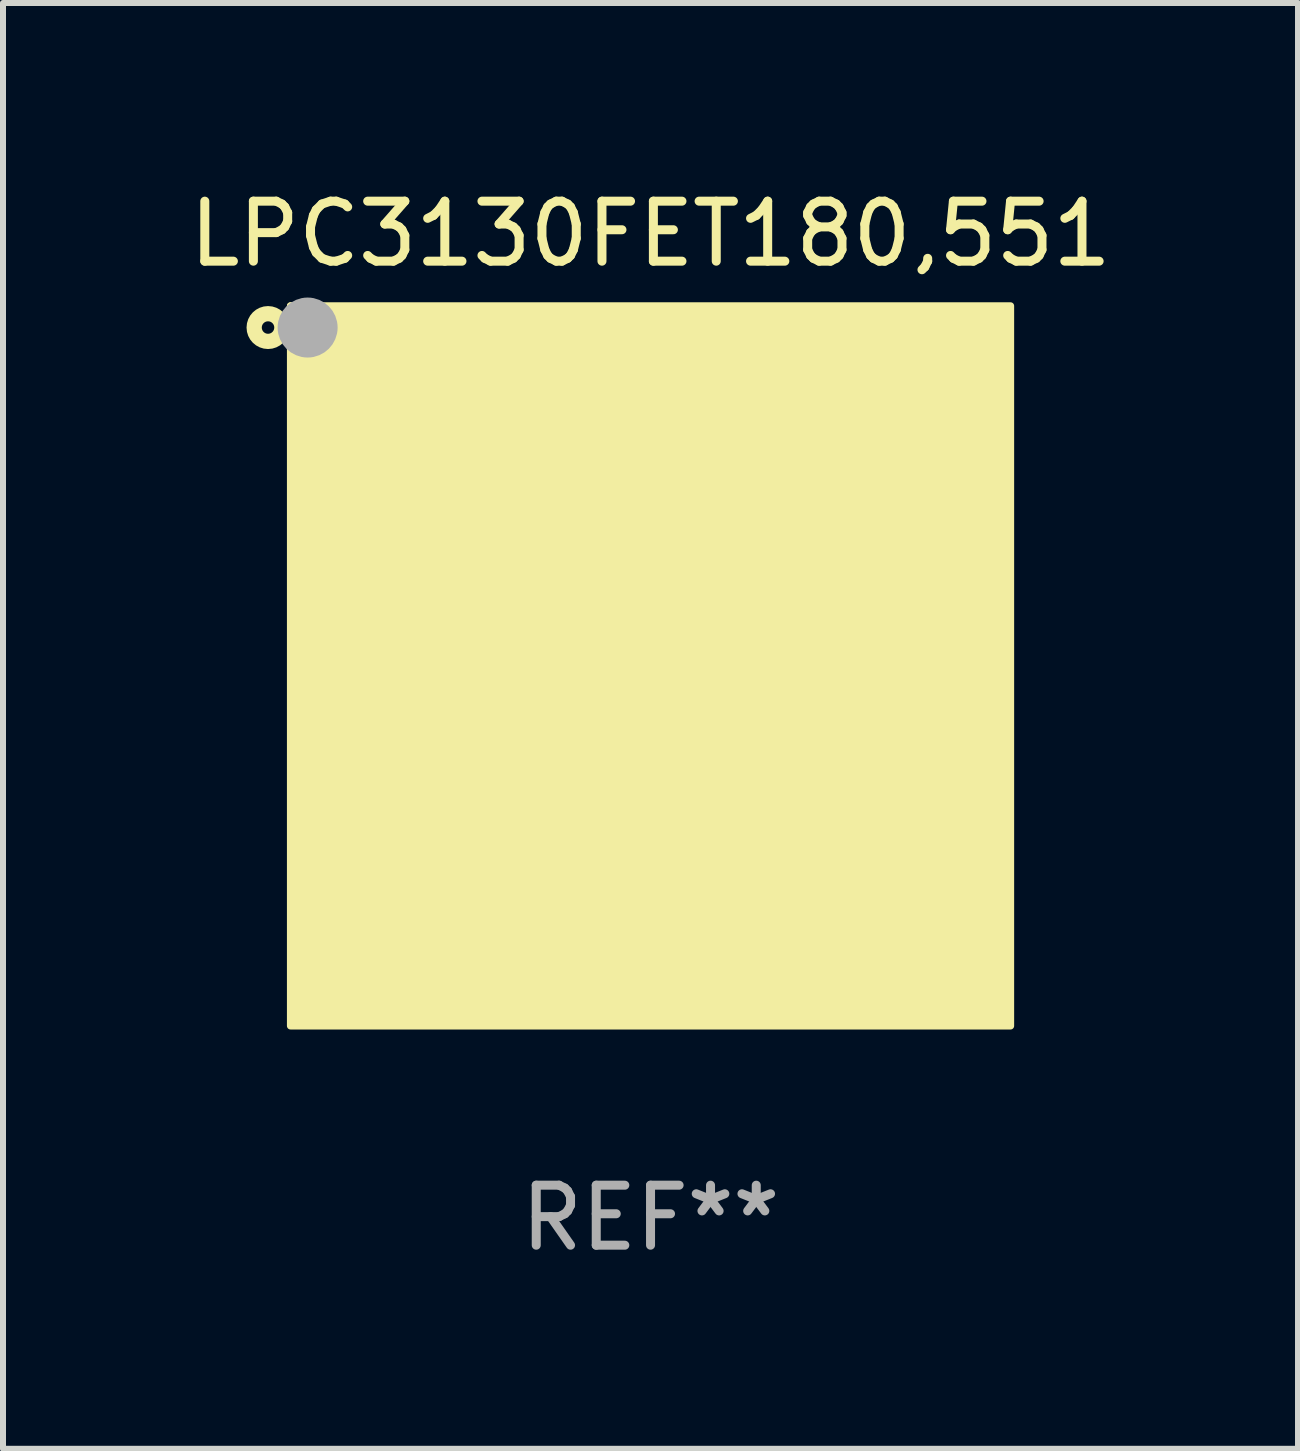
<source format=kicad_pcb>
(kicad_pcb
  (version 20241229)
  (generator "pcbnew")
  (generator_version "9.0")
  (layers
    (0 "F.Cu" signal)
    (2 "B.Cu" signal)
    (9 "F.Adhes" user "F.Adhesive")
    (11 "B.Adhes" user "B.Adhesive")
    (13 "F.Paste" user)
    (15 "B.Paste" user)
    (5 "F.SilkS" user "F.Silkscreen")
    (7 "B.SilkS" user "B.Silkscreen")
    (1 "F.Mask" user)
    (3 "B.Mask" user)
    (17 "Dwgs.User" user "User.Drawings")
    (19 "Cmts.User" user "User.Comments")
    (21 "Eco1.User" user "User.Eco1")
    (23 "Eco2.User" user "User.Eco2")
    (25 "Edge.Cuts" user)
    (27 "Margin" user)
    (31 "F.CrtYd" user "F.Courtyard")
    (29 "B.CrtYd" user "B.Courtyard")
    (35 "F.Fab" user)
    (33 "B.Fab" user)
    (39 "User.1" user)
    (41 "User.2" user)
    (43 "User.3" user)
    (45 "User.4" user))
  (footprint "LPC3130FET180,551"
    (layer "F.Cu")
    (at 7.792 8.048)
    (property "Reference" "LPC3130FET180,551" (at 0 -7.2 0) (layer "F.SilkS") (effects (font (size 1 1) (thickness 0.15))))
    (attr through_hole)
    (fp_circle (center -6.375 -5.639) (end -6.271 -5.639) (stroke (width 0.254) (type solid)) (fill no) (layer "F.SilkS"))
    (fp_circle (center -6 -6) (end -5.97 -6) (stroke (width 0.06) (type solid)) (fill no) (layer "F.SilkS"))
    (fp_poly (pts (xy -6 -6) (xy 6 -6) (xy 6 6) (xy -6 6)) (stroke (width 0.12) (type solid)) (fill yes) (layer "F.SilkS"))
    (fp_circle (center -5.715 -5.639) (end -5.465 -5.639) (stroke (width 0.5) (type solid)) (fill no) (layer "F.Fab"))
    (fp_text user "REF**" (at 0 9.2 0) (layer "F.Fab") (effects (font (size 1 1) (thickness 0.15))))
    (pad "A1" smd circle (at -5.2 -5.2) (size 0.5 0.5) (layers "F.Cu" "F.Mask" "F.Paste"))
    (pad "A2" smd circle (at -4.4 -5.2) (size 0.5 0.5) (layers "F.Cu" "F.Mask" "F.Paste"))
    (pad "A3" smd circle (at -3.6 -5.2) (size 0.5 0.5) (layers "F.Cu" "F.Mask" "F.Paste"))
    (pad "A4" smd circle (at -2.8 -5.2) (size 0.5 0.5) (layers "F.Cu" "F.Mask" "F.Paste"))
    (pad "A5" smd circle (at -2 -5.2) (size 0.5 0.5) (layers "F.Cu" "F.Mask" "F.Paste"))
    (pad "A6" smd circle (at -1.2 -5.2) (size 0.5 0.5) (layers "F.Cu" "F.Mask" "F.Paste"))
    (pad "A7" smd circle (at -0.4 -5.2) (size 0.5 0.5) (layers "F.Cu" "F.Mask" "F.Paste"))
    (pad "A8" smd circle (at 0.4 -5.2) (size 0.5 0.5) (layers "F.Cu" "F.Mask" "F.Paste"))
    (pad "A9" smd circle (at 1.2 -5.2) (size 0.5 0.5) (layers "F.Cu" "F.Mask" "F.Paste"))
    (pad "A10" smd circle (at 2 -5.2) (size 0.5 0.5) (layers "F.Cu" "F.Mask" "F.Paste"))
    (pad "A11" smd circle (at 2.8 -5.2) (size 0.5 0.5) (layers "F.Cu" "F.Mask" "F.Paste"))
    (pad "A12" smd circle (at 3.6 -5.2) (size 0.5 0.5) (layers "F.Cu" "F.Mask" "F.Paste"))
    (pad "A13" smd circle (at 4.4 -5.2) (size 0.5 0.5) (layers "F.Cu" "F.Mask" "F.Paste"))
    (pad "A14" smd circle (at 5.2 -5.2) (size 0.5 0.5) (layers "F.Cu" "F.Mask" "F.Paste"))
    (pad "B1" smd circle (at -5.2 -4.4) (size 0.5 0.5) (layers "F.Cu" "F.Mask" "F.Paste"))
    (pad "B2" smd circle (at -4.4 -4.4) (size 0.5 0.5) (layers "F.Cu" "F.Mask" "F.Paste"))
    (pad "B3" smd circle (at -3.6 -4.4) (size 0.5 0.5) (layers "F.Cu" "F.Mask" "F.Paste"))
    (pad "B4" smd circle (at -2.8 -4.4) (size 0.5 0.5) (layers "F.Cu" "F.Mask" "F.Paste"))
    (pad "B5" smd circle (at -2 -4.4) (size 0.5 0.5) (layers "F.Cu" "F.Mask" "F.Paste"))
    (pad "B6" smd circle (at -1.2 -4.4) (size 0.5 0.5) (layers "F.Cu" "F.Mask" "F.Paste"))
    (pad "B7" smd circle (at -0.4 -4.4) (size 0.5 0.5) (layers "F.Cu" "F.Mask" "F.Paste"))
    (pad "B8" smd circle (at 0.4 -4.4) (size 0.5 0.5) (layers "F.Cu" "F.Mask" "F.Paste"))
    (pad "B9" smd circle (at 1.2 -4.4) (size 0.5 0.5) (layers "F.Cu" "F.Mask" "F.Paste"))
    (pad "B10" smd circle (at 2 -4.4) (size 0.5 0.5) (layers "F.Cu" "F.Mask" "F.Paste"))
    (pad "B11" smd circle (at 2.8 -4.4) (size 0.5 0.5) (layers "F.Cu" "F.Mask" "F.Paste"))
    (pad "B12" smd circle (at 3.6 -4.4) (size 0.5 0.5) (layers "F.Cu" "F.Mask" "F.Paste"))
    (pad "B13" smd circle (at 4.4 -4.4) (size 0.5 0.5) (layers "F.Cu" "F.Mask" "F.Paste"))
    (pad "B14" smd circle (at 5.2 -4.4) (size 0.5 0.5) (layers "F.Cu" "F.Mask" "F.Paste"))
    (pad "C1" smd circle (at -5.2 -3.6) (size 0.5 0.5) (layers "F.Cu" "F.Mask" "F.Paste"))
    (pad "C2" smd circle (at -4.4 -3.6) (size 0.5 0.5) (layers "F.Cu" "F.Mask" "F.Paste"))
    (pad "C3" smd circle (at -3.6 -3.6) (size 0.5 0.5) (layers "F.Cu" "F.Mask" "F.Paste"))
    (pad "C4" smd circle (at -2.8 -3.6) (size 0.5 0.5) (layers "F.Cu" "F.Mask" "F.Paste"))
    (pad "C5" smd circle (at -2 -3.6) (size 0.5 0.5) (layers "F.Cu" "F.Mask" "F.Paste"))
    (pad "C6" smd circle (at -1.2 -3.6) (size 0.5 0.5) (layers "F.Cu" "F.Mask" "F.Paste"))
    (pad "C7" smd circle (at -0.4 -3.6) (size 0.5 0.5) (layers "F.Cu" "F.Mask" "F.Paste"))
    (pad "C8" smd circle (at 0.4 -3.6) (size 0.5 0.5) (layers "F.Cu" "F.Mask" "F.Paste"))
    (pad "C9" smd circle (at 1.2 -3.6) (size 0.5 0.5) (layers "F.Cu" "F.Mask" "F.Paste"))
    (pad "C10" smd circle (at 2 -3.6) (size 0.5 0.5) (layers "F.Cu" "F.Mask" "F.Paste"))
    (pad "C11" smd circle (at 2.8 -3.6) (size 0.5 0.5) (layers "F.Cu" "F.Mask" "F.Paste"))
    (pad "C12" smd circle (at 3.6 -3.6) (size 0.5 0.5) (layers "F.Cu" "F.Mask" "F.Paste"))
    (pad "C13" smd circle (at 4.4 -3.6) (size 0.5 0.5) (layers "F.Cu" "F.Mask" "F.Paste"))
    (pad "C14" smd circle (at 5.2 -3.6) (size 0.5 0.5) (layers "F.Cu" "F.Mask" "F.Paste"))
    (pad "D1" smd circle (at -5.2 -2.8) (size 0.5 0.5) (layers "F.Cu" "F.Mask" "F.Paste"))
    (pad "D2" smd circle (at -4.4 -2.8) (size 0.5 0.5) (layers "F.Cu" "F.Mask" "F.Paste"))
    (pad "D3" smd circle (at -3.6 -2.8) (size 0.5 0.5) (layers "F.Cu" "F.Mask" "F.Paste"))
    (pad "D4" smd circle (at -2.8 -2.8) (size 0.5 0.5) (layers "F.Cu" "F.Mask" "F.Paste"))
    (pad "D5" smd circle (at -2 -2.8) (size 0.5 0.5) (layers "F.Cu" "F.Mask" "F.Paste"))
    (pad "D6" smd circle (at -1.2 -2.8) (size 0.5 0.5) (layers "F.Cu" "F.Mask" "F.Paste"))
    (pad "D7" smd circle (at -0.4 -2.8) (size 0.5 0.5) (layers "F.Cu" "F.Mask" "F.Paste"))
    (pad "D8" smd circle (at 0.4 -2.8) (size 0.5 0.5) (layers "F.Cu" "F.Mask" "F.Paste"))
    (pad "D9" smd circle (at 1.2 -2.8) (size 0.5 0.5) (layers "F.Cu" "F.Mask" "F.Paste"))
    (pad "D10" smd circle (at 2 -2.8) (size 0.5 0.5) (layers "F.Cu" "F.Mask" "F.Paste"))
    (pad "D11" smd circle (at 2.8 -2.8) (size 0.5 0.5) (layers "F.Cu" "F.Mask" "F.Paste"))
    (pad "D12" smd circle (at 3.6 -2.8) (size 0.5 0.5) (layers "F.Cu" "F.Mask" "F.Paste"))
    (pad "D13" smd circle (at 4.4 -2.8) (size 0.5 0.5) (layers "F.Cu" "F.Mask" "F.Paste"))
    (pad "D14" smd circle (at 5.2 -2.8) (size 0.5 0.5) (layers "F.Cu" "F.Mask" "F.Paste"))
    (pad "E1" smd circle (at -5.2 -2) (size 0.5 0.5) (layers "F.Cu" "F.Mask" "F.Paste"))
    (pad "E2" smd circle (at -4.4 -2) (size 0.5 0.5) (layers "F.Cu" "F.Mask" "F.Paste"))
    (pad "E3" smd circle (at -3.6 -2) (size 0.5 0.5) (layers "F.Cu" "F.Mask" "F.Paste"))
    (pad "E4" smd circle (at -2.8 -2) (size 0.5 0.5) (layers "F.Cu" "F.Mask" "F.Paste"))
    (pad "E5" smd circle (at -2 -2) (size 0.5 0.5) (layers "F.Cu" "F.Mask" "F.Paste"))
    (pad "E6" smd circle (at -1.2 -2) (size 0.5 0.5) (layers "F.Cu" "F.Mask" "F.Paste"))
    (pad "E7" smd circle (at -0.4 -2) (size 0.5 0.5) (layers "F.Cu" "F.Mask" "F.Paste"))
    (pad "E8" smd circle (at 0.4 -2) (size 0.5 0.5) (layers "F.Cu" "F.Mask" "F.Paste"))
    (pad "E9" smd circle (at 1.2 -2) (size 0.5 0.5) (layers "F.Cu" "F.Mask" "F.Paste"))
    (pad "E10" smd circle (at 2 -2) (size 0.5 0.5) (layers "F.Cu" "F.Mask" "F.Paste"))
    (pad "E11" smd circle (at 2.8 -2) (size 0.5 0.5) (layers "F.Cu" "F.Mask" "F.Paste"))
    (pad "E12" smd circle (at 3.6 -2) (size 0.5 0.5) (layers "F.Cu" "F.Mask" "F.Paste"))
    (pad "E13" smd circle (at 4.4 -2) (size 0.5 0.5) (layers "F.Cu" "F.Mask" "F.Paste"))
    (pad "E14" smd circle (at 5.2 -2) (size 0.5 0.5) (layers "F.Cu" "F.Mask" "F.Paste"))
    (pad "F1" smd circle (at -5.2 -1.2) (size 0.5 0.5) (layers "F.Cu" "F.Mask" "F.Paste"))
    (pad "F2" smd circle (at -4.4 -1.2) (size 0.5 0.5) (layers "F.Cu" "F.Mask" "F.Paste"))
    (pad "F3" smd circle (at -3.6 -1.2) (size 0.5 0.5) (layers "F.Cu" "F.Mask" "F.Paste"))
    (pad "F4" smd circle (at -2.8 -1.2) (size 0.5 0.5) (layers "F.Cu" "F.Mask" "F.Paste"))
    (pad "F5" smd circle (at -2 -1.2) (size 0.5 0.5) (layers "F.Cu" "F.Mask" "F.Paste"))
    (pad "F10" smd circle (at 2 -1.2) (size 0.5 0.5) (layers "F.Cu" "F.Mask" "F.Paste"))
    (pad "F11" smd circle (at 2.8 -1.2) (size 0.5 0.5) (layers "F.Cu" "F.Mask" "F.Paste"))
    (pad "F12" smd circle (at 3.6 -1.2) (size 0.5 0.5) (layers "F.Cu" "F.Mask" "F.Paste"))
    (pad "F13" smd circle (at 4.4 -1.2) (size 0.5 0.5) (layers "F.Cu" "F.Mask" "F.Paste"))
    (pad "F14" smd circle (at 5.2 -1.2) (size 0.5 0.5) (layers "F.Cu" "F.Mask" "F.Paste"))
    (pad "G1" smd circle (at -5.2 -0.4) (size 0.5 0.5) (layers "F.Cu" "F.Mask" "F.Paste"))
    (pad "G2" smd circle (at -4.4 -0.4) (size 0.5 0.5) (layers "F.Cu" "F.Mask" "F.Paste"))
    (pad "G3" smd circle (at -3.6 -0.4) (size 0.5 0.5) (layers "F.Cu" "F.Mask" "F.Paste"))
    (pad "G4" smd circle (at -2.8 -0.4) (size 0.5 0.5) (layers "F.Cu" "F.Mask" "F.Paste"))
    (pad "G5" smd circle (at -2 -0.4) (size 0.5 0.5) (layers "F.Cu" "F.Mask" "F.Paste"))
    (pad "G10" smd circle (at 2 -0.4) (size 0.5 0.5) (layers "F.Cu" "F.Mask" "F.Paste"))
    (pad "G11" smd circle (at 2.8 -0.4) (size 0.5 0.5) (layers "F.Cu" "F.Mask" "F.Paste"))
    (pad "G12" smd circle (at 3.6 -0.4) (size 0.5 0.5) (layers "F.Cu" "F.Mask" "F.Paste"))
    (pad "G13" smd circle (at 4.4 -0.4) (size 0.5 0.5) (layers "F.Cu" "F.Mask" "F.Paste"))
    (pad "G14" smd circle (at 5.2 -0.4) (size 0.5 0.5) (layers "F.Cu" "F.Mask" "F.Paste"))
    (pad "H1" smd circle (at -5.2 0.4) (size 0.5 0.5) (layers "F.Cu" "F.Mask" "F.Paste"))
    (pad "H2" smd circle (at -4.4 0.4) (size 0.5 0.5) (layers "F.Cu" "F.Mask" "F.Paste"))
    (pad "H3" smd circle (at -3.6 0.4) (size 0.5 0.5) (layers "F.Cu" "F.Mask" "F.Paste"))
    (pad "H4" smd circle (at -2.8 0.4) (size 0.5 0.5) (layers "F.Cu" "F.Mask" "F.Paste"))
    (pad "H5" smd circle (at -2 0.4) (size 0.5 0.5) (layers "F.Cu" "F.Mask" "F.Paste"))
    (pad "H10" smd circle (at 2 0.4) (size 0.5 0.5) (layers "F.Cu" "F.Mask" "F.Paste"))
    (pad "H11" smd circle (at 2.8 0.4) (size 0.5 0.5) (layers "F.Cu" "F.Mask" "F.Paste"))
    (pad "H12" smd circle (at 3.6 0.4) (size 0.5 0.5) (layers "F.Cu" "F.Mask" "F.Paste"))
    (pad "H13" smd circle (at 4.4 0.4) (size 0.5 0.5) (layers "F.Cu" "F.Mask" "F.Paste"))
    (pad "H14" smd circle (at 5.2 0.4) (size 0.5 0.5) (layers "F.Cu" "F.Mask" "F.Paste"))
    (pad "J1" smd circle (at -5.2 1.2) (size 0.5 0.5) (layers "F.Cu" "F.Mask" "F.Paste"))
    (pad "J2" smd circle (at -4.4 1.2) (size 0.5 0.5) (layers "F.Cu" "F.Mask" "F.Paste"))
    (pad "J3" smd circle (at -3.6 1.2) (size 0.5 0.5) (layers "F.Cu" "F.Mask" "F.Paste"))
    (pad "J4" smd circle (at -2.8 1.2) (size 0.5 0.5) (layers "F.Cu" "F.Mask" "F.Paste"))
    (pad "J5" smd circle (at -2 1.2) (size 0.5 0.5) (layers "F.Cu" "F.Mask" "F.Paste"))
    (pad "J10" smd circle (at 2 1.2) (size 0.5 0.5) (layers "F.Cu" "F.Mask" "F.Paste"))
    (pad "J11" smd circle (at 2.8 1.2) (size 0.5 0.5) (layers "F.Cu" "F.Mask" "F.Paste"))
    (pad "J12" smd circle (at 3.6 1.2) (size 0.5 0.5) (layers "F.Cu" "F.Mask" "F.Paste"))
    (pad "J13" smd circle (at 4.4 1.2) (size 0.5 0.5) (layers "F.Cu" "F.Mask" "F.Paste"))
    (pad "J14" smd circle (at 5.2 1.2) (size 0.5 0.5) (layers "F.Cu" "F.Mask" "F.Paste"))
    (pad "K1" smd circle (at -5.2 2) (size 0.5 0.5) (layers "F.Cu" "F.Mask" "F.Paste"))
    (pad "K2" smd circle (at -4.4 2) (size 0.5 0.5) (layers "F.Cu" "F.Mask" "F.Paste"))
    (pad "K3" smd circle (at -3.6 2) (size 0.5 0.5) (layers "F.Cu" "F.Mask" "F.Paste"))
    (pad "K4" smd circle (at -2.8 2) (size 0.5 0.5) (layers "F.Cu" "F.Mask" "F.Paste"))
    (pad "K5" smd circle (at -2 2) (size 0.5 0.5) (layers "F.Cu" "F.Mask" "F.Paste"))
    (pad "K6" smd circle (at -1.2 2) (size 0.5 0.5) (layers "F.Cu" "F.Mask" "F.Paste"))
    (pad "K7" smd circle (at -0.4 2) (size 0.5 0.5) (layers "F.Cu" "F.Mask" "F.Paste"))
    (pad "K8" smd circle (at 0.4 2) (size 0.5 0.5) (layers "F.Cu" "F.Mask" "F.Paste"))
    (pad "K9" smd circle (at 1.2 2) (size 0.5 0.5) (layers "F.Cu" "F.Mask" "F.Paste"))
    (pad "K10" smd circle (at 2 2) (size 0.5 0.5) (layers "F.Cu" "F.Mask" "F.Paste"))
    (pad "K11" smd circle (at 2.8 2) (size 0.5 0.5) (layers "F.Cu" "F.Mask" "F.Paste"))
    (pad "K12" smd circle (at 3.6 2) (size 0.5 0.5) (layers "F.Cu" "F.Mask" "F.Paste"))
    (pad "K13" smd circle (at 4.4 2) (size 0.5 0.5) (layers "F.Cu" "F.Mask" "F.Paste"))
    (pad "K14" smd circle (at 5.2 2) (size 0.5 0.5) (layers "F.Cu" "F.Mask" "F.Paste"))
    (pad "L1" smd circle (at -5.2 2.8) (size 0.5 0.5) (layers "F.Cu" "F.Mask" "F.Paste"))
    (pad "L2" smd circle (at -4.4 2.8) (size 0.5 0.5) (layers "F.Cu" "F.Mask" "F.Paste"))
    (pad "L3" smd circle (at -3.6 2.8) (size 0.5 0.5) (layers "F.Cu" "F.Mask" "F.Paste"))
    (pad "L4" smd circle (at -2.8 2.8) (size 0.5 0.5) (layers "F.Cu" "F.Mask" "F.Paste"))
    (pad "L5" smd circle (at -2 2.8) (size 0.5 0.5) (layers "F.Cu" "F.Mask" "F.Paste"))
    (pad "L6" smd circle (at -1.2 2.8) (size 0.5 0.5) (layers "F.Cu" "F.Mask" "F.Paste"))
    (pad "L7" smd circle (at -0.4 2.8) (size 0.5 0.5) (layers "F.Cu" "F.Mask" "F.Paste"))
    (pad "L8" smd circle (at 0.4 2.8) (size 0.5 0.5) (layers "F.Cu" "F.Mask" "F.Paste"))
    (pad "L9" smd circle (at 1.2 2.8) (size 0.5 0.5) (layers "F.Cu" "F.Mask" "F.Paste"))
    (pad "L10" smd circle (at 2 2.8) (size 0.5 0.5) (layers "F.Cu" "F.Mask" "F.Paste"))
    (pad "L11" smd circle (at 2.8 2.8) (size 0.5 0.5) (layers "F.Cu" "F.Mask" "F.Paste"))
    (pad "L12" smd circle (at 3.6 2.8) (size 0.5 0.5) (layers "F.Cu" "F.Mask" "F.Paste"))
    (pad "L13" smd circle (at 4.4 2.8) (size 0.5 0.5) (layers "F.Cu" "F.Mask" "F.Paste"))
    (pad "L14" smd circle (at 5.2 2.8) (size 0.5 0.5) (layers "F.Cu" "F.Mask" "F.Paste"))
    (pad "M1" smd circle (at -5.2 3.6) (size 0.5 0.5) (layers "F.Cu" "F.Mask" "F.Paste"))
    (pad "M2" smd circle (at -4.4 3.6) (size 0.5 0.5) (layers "F.Cu" "F.Mask" "F.Paste"))
    (pad "M3" smd circle (at -3.6 3.6) (size 0.5 0.5) (layers "F.Cu" "F.Mask" "F.Paste"))
    (pad "M4" smd circle (at -2.8 3.6) (size 0.5 0.5) (layers "F.Cu" "F.Mask" "F.Paste"))
    (pad "M5" smd circle (at -2 3.6) (size 0.5 0.5) (layers "F.Cu" "F.Mask" "F.Paste"))
    (pad "M6" smd circle (at -1.2 3.6) (size 0.5 0.5) (layers "F.Cu" "F.Mask" "F.Paste"))
    (pad "M7" smd circle (at -0.4 3.6) (size 0.5 0.5) (layers "F.Cu" "F.Mask" "F.Paste"))
    (pad "M8" smd circle (at 0.4 3.6) (size 0.5 0.5) (layers "F.Cu" "F.Mask" "F.Paste"))
    (pad "M9" smd circle (at 1.2 3.6) (size 0.5 0.5) (layers "F.Cu" "F.Mask" "F.Paste"))
    (pad "M10" smd circle (at 2 3.6) (size 0.5 0.5) (layers "F.Cu" "F.Mask" "F.Paste"))
    (pad "M11" smd circle (at 2.8 3.6) (size 0.5 0.5) (layers "F.Cu" "F.Mask" "F.Paste"))
    (pad "M12" smd circle (at 3.6 3.6) (size 0.5 0.5) (layers "F.Cu" "F.Mask" "F.Paste"))
    (pad "M13" smd circle (at 4.4 3.6) (size 0.5 0.5) (layers "F.Cu" "F.Mask" "F.Paste"))
    (pad "M14" smd circle (at 5.2 3.6) (size 0.5 0.5) (layers "F.Cu" "F.Mask" "F.Paste"))
    (pad "N1" smd circle (at -5.2 4.4) (size 0.5 0.5) (layers "F.Cu" "F.Mask" "F.Paste"))
    (pad "N2" smd circle (at -4.4 4.4) (size 0.5 0.5) (layers "F.Cu" "F.Mask" "F.Paste"))
    (pad "N3" smd circle (at -3.6 4.4) (size 0.5 0.5) (layers "F.Cu" "F.Mask" "F.Paste"))
    (pad "N4" smd circle (at -2.8 4.4) (size 0.5 0.5) (layers "F.Cu" "F.Mask" "F.Paste"))
    (pad "N5" smd circle (at -2 4.4) (size 0.5 0.5) (layers "F.Cu" "F.Mask" "F.Paste"))
    (pad "N6" smd circle (at -1.2 4.4) (size 0.5 0.5) (layers "F.Cu" "F.Mask" "F.Paste"))
    (pad "N7" smd circle (at -0.4 4.4) (size 0.5 0.5) (layers "F.Cu" "F.Mask" "F.Paste"))
    (pad "N8" smd circle (at 0.4 4.4) (size 0.5 0.5) (layers "F.Cu" "F.Mask" "F.Paste"))
    (pad "N9" smd circle (at 1.2 4.4) (size 0.5 0.5) (layers "F.Cu" "F.Mask" "F.Paste"))
    (pad "N10" smd circle (at 2 4.4) (size 0.5 0.5) (layers "F.Cu" "F.Mask" "F.Paste"))
    (pad "N11" smd circle (at 2.8 4.4) (size 0.5 0.5) (layers "F.Cu" "F.Mask" "F.Paste"))
    (pad "N12" smd circle (at 3.6 4.4) (size 0.5 0.5) (layers "F.Cu" "F.Mask" "F.Paste"))
    (pad "N13" smd circle (at 4.4 4.4) (size 0.5 0.5) (layers "F.Cu" "F.Mask" "F.Paste"))
    (pad "N14" smd circle (at 5.2 4.4) (size 0.5 0.5) (layers "F.Cu" "F.Mask" "F.Paste"))
    (pad "P1" smd circle (at -5.2 5.2) (size 0.5 0.5) (layers "F.Cu" "F.Mask" "F.Paste"))
    (pad "P2" smd circle (at -4.4 5.2) (size 0.5 0.5) (layers "F.Cu" "F.Mask" "F.Paste"))
    (pad "P3" smd circle (at -3.6 5.2) (size 0.5 0.5) (layers "F.Cu" "F.Mask" "F.Paste"))
    (pad "P4" smd circle (at -2.8 5.2) (size 0.5 0.5) (layers "F.Cu" "F.Mask" "F.Paste"))
    (pad "P5" smd circle (at -2 5.2) (size 0.5 0.5) (layers "F.Cu" "F.Mask" "F.Paste"))
    (pad "P6" smd circle (at -1.2 5.2) (size 0.5 0.5) (layers "F.Cu" "F.Mask" "F.Paste"))
    (pad "P7" smd circle (at -0.4 5.2) (size 0.5 0.5) (layers "F.Cu" "F.Mask" "F.Paste"))
    (pad "P8" smd circle (at 0.4 5.2) (size 0.5 0.5) (layers "F.Cu" "F.Mask" "F.Paste"))
    (pad "P9" smd circle (at 1.2 5.2) (size 0.5 0.5) (layers "F.Cu" "F.Mask" "F.Paste"))
    (pad "P10" smd circle (at 2 5.2) (size 0.5 0.5) (layers "F.Cu" "F.Mask" "F.Paste"))
    (pad "P11" smd circle (at 2.8 5.2) (size 0.5 0.5) (layers "F.Cu" "F.Mask" "F.Paste"))
    (pad "P12" smd circle (at 3.6 5.2) (size 0.5 0.5) (layers "F.Cu" "F.Mask" "F.Paste"))
    (pad "P13" smd circle (at 4.4 5.2) (size 0.5 0.5) (layers "F.Cu" "F.Mask" "F.Paste"))
    (pad "P14" smd circle (at 5.2 5.2) (size 0.5 0.5) (layers "F.Cu" "F.Mask" "F.Paste")))
  (gr_rect
    (start -3 -3)
    (end 18.583 21.096)
    (stroke (width 0.1) (type default))
    (fill no)
    (layer "Edge.Cuts")))
</source>
